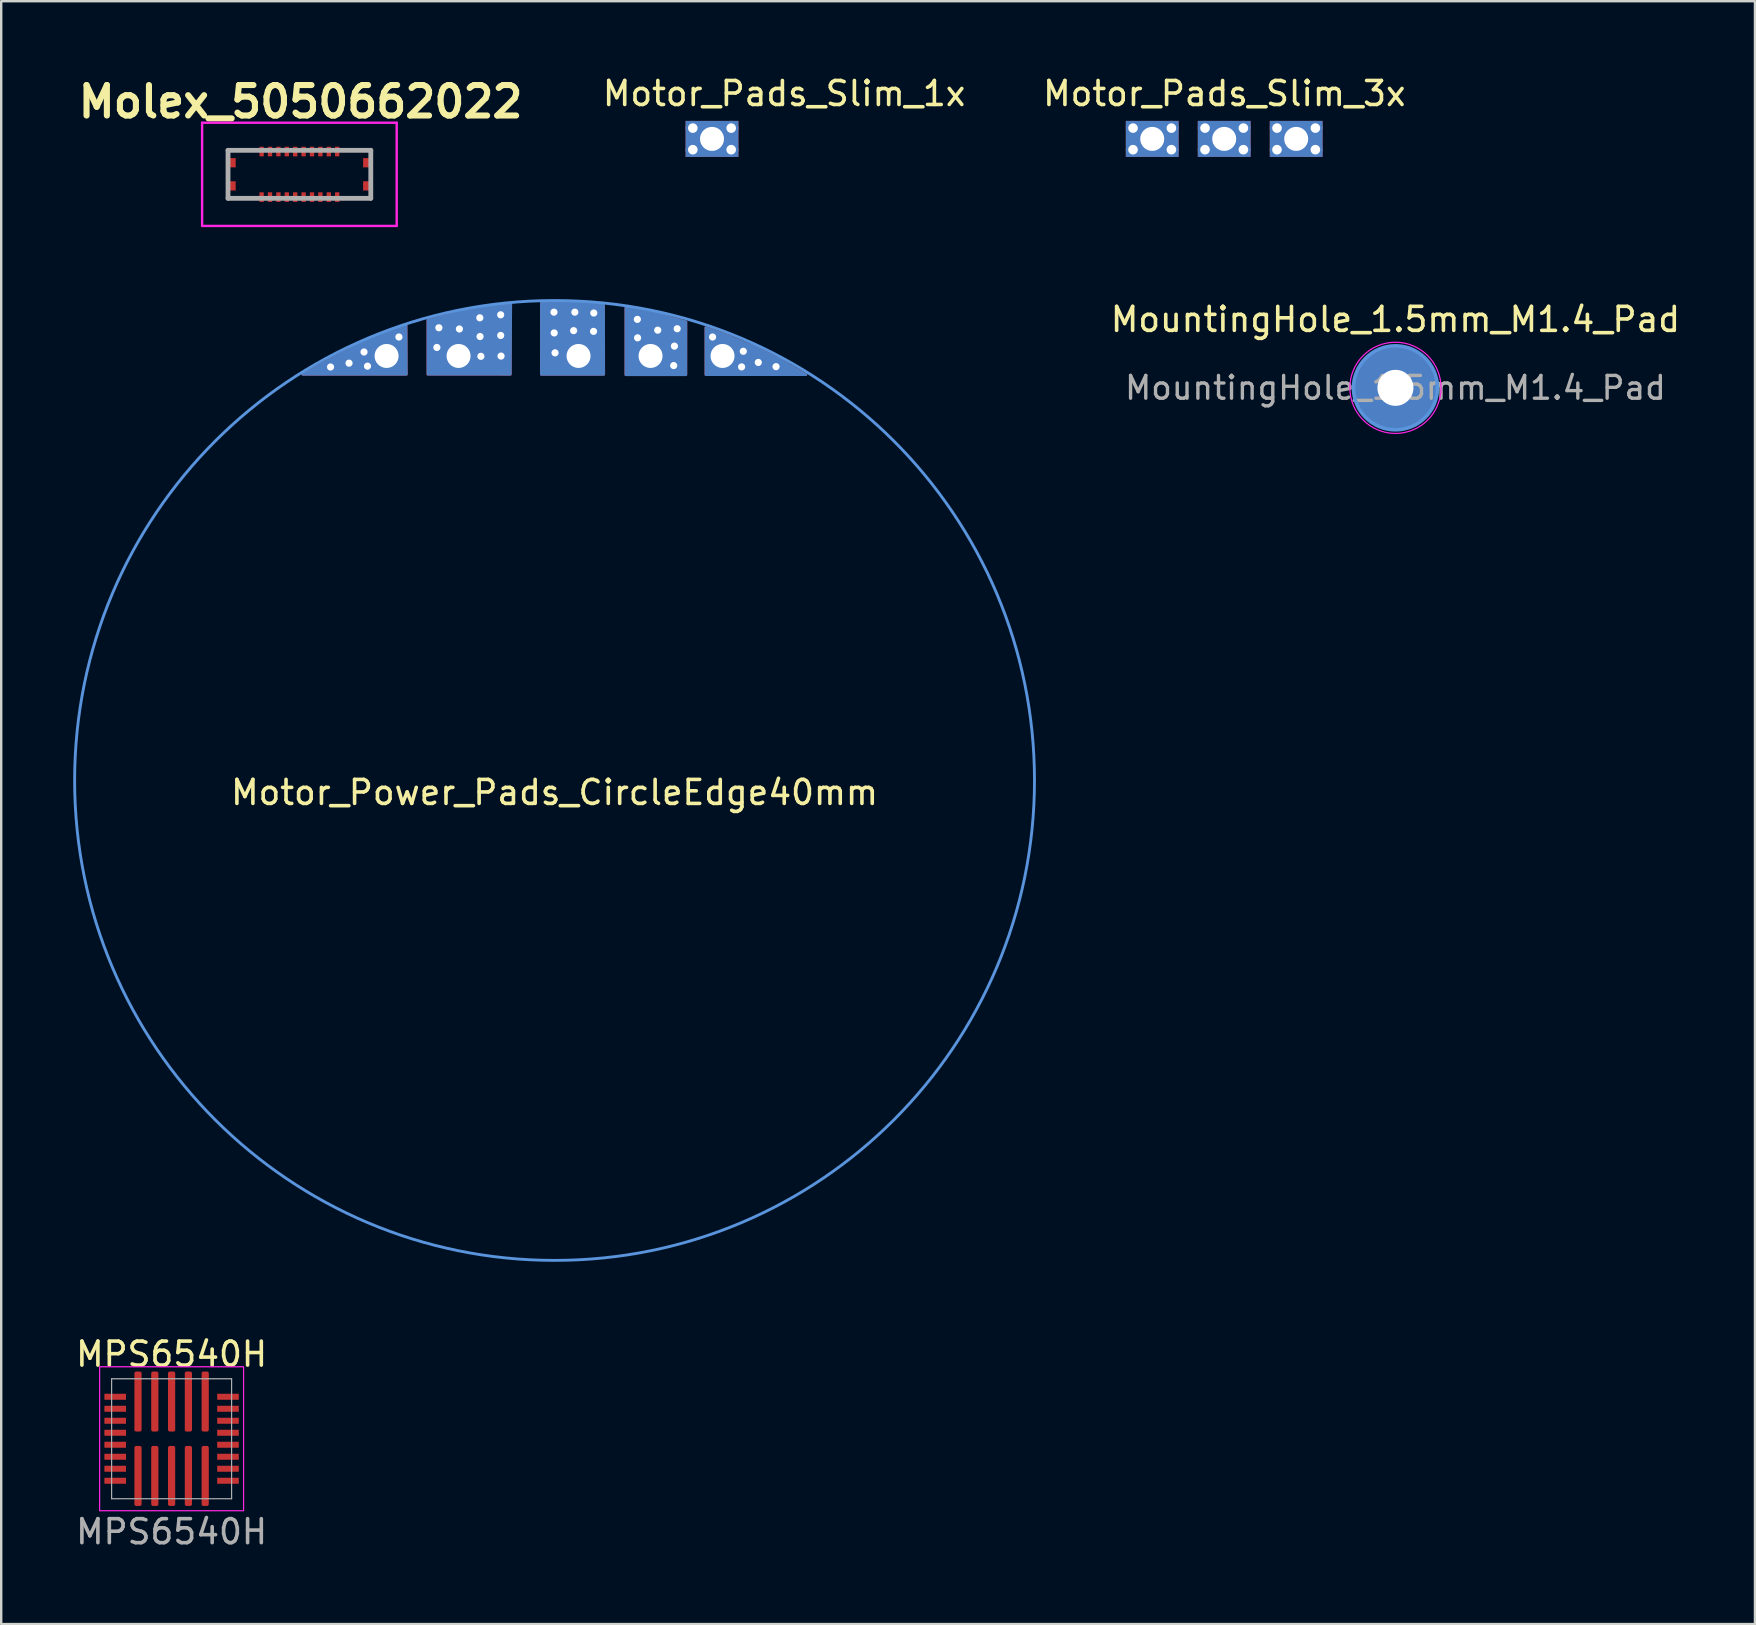
<source format=kicad_pcb>
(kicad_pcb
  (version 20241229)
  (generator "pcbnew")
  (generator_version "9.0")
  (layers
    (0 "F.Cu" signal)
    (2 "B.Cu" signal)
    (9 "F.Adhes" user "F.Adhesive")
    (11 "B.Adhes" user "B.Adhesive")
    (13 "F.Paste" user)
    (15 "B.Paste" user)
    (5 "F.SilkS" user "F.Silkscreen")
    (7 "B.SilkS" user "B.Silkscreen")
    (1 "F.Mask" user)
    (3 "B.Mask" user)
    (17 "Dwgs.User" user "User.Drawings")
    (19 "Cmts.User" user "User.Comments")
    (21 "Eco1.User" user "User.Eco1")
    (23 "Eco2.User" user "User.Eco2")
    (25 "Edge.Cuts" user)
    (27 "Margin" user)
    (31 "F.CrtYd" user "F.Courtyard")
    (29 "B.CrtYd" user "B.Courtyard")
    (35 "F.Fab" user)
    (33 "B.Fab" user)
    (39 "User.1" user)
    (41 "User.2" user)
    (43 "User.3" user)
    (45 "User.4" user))
  (footprint "MountingHole_1.5mm_M1.4_Pad"
    (layer "F.Cu")
    (at 55.102 13.112)
    (property "Reference" "MountingHole_1.5mm_M1.4_Pad" (at 0 -2.85 0) (layer "F.SilkS") (effects (font (size 1 1) (thickness 0.15))))
    (attr exclude_from_pos_files exclude_from_bom)
    (fp_circle (center 0 0) (end 1.75 0) (stroke (width 0.15) (type solid)) (fill no) (layer "Cmts.User"))
    (fp_circle (center 0 0) (end 1.9 0) (stroke (width 0.05) (type solid)) (fill no) (layer "F.CrtYd"))
    (fp_text user "${REFERENCE}" (at 0 0 0) (layer "F.Fab") (effects (font (size 0.95 0.95) (thickness 0.14))))
    (pad "1" thru_hole circle (at 0 0) (size 3.4 3.4) (drill 1.5) (layers "*.Cu" "*.Mask")))
  (footprint "Molex_5050662022"
    (layer "F.Cu")
    (at 9.427 4.214)
    (property "Reference" "Molex_5050662022" (at 0.05 -3.025 0) (layer "F.SilkS") (effects (font (size 1.27 1.27) (thickness 0.254))))
    (attr smd)
    (fp_line (start -2.6 -1) (end -1.8 -1) (stroke (width 0.1) (type solid)) (layer "F.SilkS"))
    (fp_line (start -2.6 1) (end -2 1) (stroke (width 0.1) (type solid)) (layer "F.SilkS"))
    (fp_line (start -2 1) (end -1.8 1) (stroke (width 0.1) (type solid)) (layer "F.SilkS"))
    (fp_line (start 1.8 -1) (end 2.4 -1) (stroke (width 0.1) (type solid)) (layer "F.SilkS"))
    (fp_line (start 1.8 1) (end 2.6 1) (stroke (width 0.1) (type solid)) (layer "F.SilkS"))
    (fp_line (start 2.4 -1) (end 2.6 -1) (stroke (width 0.1) (type solid)) (layer "F.SilkS"))
    (fp_line (start -4.055 -2.15) (end 4.055 -2.15) (stroke (width 0.1) (type solid)) (layer "F.CrtYd"))
    (fp_line (start -4.055 2.15) (end -4.055 -2.15) (stroke (width 0.1) (type solid)) (layer "F.CrtYd"))
    (fp_line (start 4.055 -2.15) (end 4.055 2.15) (stroke (width 0.1) (type solid)) (layer "F.CrtYd"))
    (fp_line (start 4.055 2.15) (end -4.055 2.15) (stroke (width 0.1) (type solid)) (layer "F.CrtYd"))
    (fp_line (start -2.975 -1) (end 2.975 -1) (stroke (width 0.2) (type solid)) (layer "F.Fab"))
    (fp_line (start -2.975 1) (end -2.975 -1) (stroke (width 0.2) (type solid)) (layer "F.Fab"))
    (fp_line (start 2.975 -1) (end 2.975 1) (stroke (width 0.2) (type solid)) (layer "F.Fab"))
    (fp_line (start 2.975 1) (end -2.975 1) (stroke (width 0.2) (type solid)) (layer "F.Fab"))
    (pad "1" smd rect (at -1.575 0.95) (size 0.18 0.4) (layers "F.Cu" "F.Mask" "F.Paste"))
    (pad "2" smd rect (at -1.575 -0.95) (size 0.18 0.4) (layers "F.Cu" "F.Mask" "F.Paste"))
    (pad "3" smd rect (at -1.225 0.95) (size 0.18 0.4) (layers "F.Cu" "F.Mask" "F.Paste"))
    (pad "4" smd rect (at -1.225 -0.95) (size 0.18 0.4) (layers "F.Cu" "F.Mask" "F.Paste"))
    (pad "5" smd rect (at -0.875 0.95) (size 0.18 0.4) (layers "F.Cu" "F.Mask" "F.Paste"))
    (pad "6" smd rect (at -0.875 -0.95) (size 0.18 0.4) (layers "F.Cu" "F.Mask" "F.Paste"))
    (pad "7" smd rect (at -0.525 0.95) (size 0.18 0.4) (layers "F.Cu" "F.Mask" "F.Paste"))
    (pad "8" smd rect (at -0.525 -0.95) (size 0.18 0.4) (layers "F.Cu" "F.Mask" "F.Paste"))
    (pad "9" smd rect (at -0.175 0.95) (size 0.18 0.4) (layers "F.Cu" "F.Mask" "F.Paste"))
    (pad "10" smd rect (at -0.175 -0.95) (size 0.18 0.4) (layers "F.Cu" "F.Mask" "F.Paste"))
    (pad "11" smd rect (at 0.175 0.95) (size 0.18 0.4) (layers "F.Cu" "F.Mask" "F.Paste"))
    (pad "12" smd rect (at 0.175 -0.95) (size 0.18 0.4) (layers "F.Cu" "F.Mask" "F.Paste"))
    (pad "13" smd rect (at 0.525 0.95) (size 0.18 0.4) (layers "F.Cu" "F.Mask" "F.Paste"))
    (pad "14" smd rect (at 0.525 -0.95) (size 0.18 0.4) (layers "F.Cu" "F.Mask" "F.Paste"))
    (pad "15" smd rect (at 0.875 0.95) (size 0.18 0.4) (layers "F.Cu" "F.Mask" "F.Paste"))
    (pad "16" smd rect (at 0.875 -0.95) (size 0.18 0.4) (layers "F.Cu" "F.Mask" "F.Paste"))
    (pad "17" smd rect (at 1.225 0.95) (size 0.18 0.4) (layers "F.Cu" "F.Mask" "F.Paste"))
    (pad "18" smd rect (at 1.225 -0.95) (size 0.18 0.4) (layers "F.Cu" "F.Mask" "F.Paste"))
    (pad "19" smd rect (at 1.575 0.95) (size 0.18 0.4) (layers "F.Cu" "F.Mask" "F.Paste"))
    (pad "20" smd rect (at 1.575 -0.95) (size 0.18 0.4) (layers "F.Cu" "F.Mask" "F.Paste"))
    (pad "MP1" smd rect (at -2.855 -0.482 90) (size 0.385 0.4) (layers "F.Cu" "F.Mask" "F.Paste"))
    (pad "MP2" smd rect (at -2.855 0.482 90) (size 0.385 0.4) (layers "F.Cu" "F.Mask" "F.Paste"))
    (pad "MP3" smd rect (at 2.855 -0.482 90) (size 0.385 0.4) (layers "F.Cu" "F.Mask" "F.Paste"))
    (pad "MP4" smd rect (at 2.855 0.482 90) (size 0.385 0.4) (layers "F.Cu" "F.Mask" "F.Paste")))
  (footprint "Motor_Pads_Slim_3x"
    (layer "F.Cu")
    (at 44.966 2.738)
    (property "Reference" "Motor_Pads_Slim_3x" (at 3.005 -1.89 0) (layer "F.SilkS") (effects (font (size 1 1) (thickness 0.15))))
    (attr through_hole)
    (pad "1" thru_hole circle (at -0.8 -0.45) (size 0.6 0.6) (drill 0.4) (layers "*.Cu" "*.Mask"))
    (pad "1" thru_hole circle (at -0.8 0.45) (size 0.6 0.6) (drill 0.4) (layers "*.Cu" "*.Mask"))
    (pad "1" thru_hole rect (at 0 0) (size 2.2 1.5) (drill 1) (layers "*.Cu" "*.Mask"))
    (pad "1" thru_hole circle (at 0.8 -0.45) (size 0.6 0.6) (drill 0.4) (layers "*.Cu" "*.Mask"))
    (pad "1" thru_hole circle (at 0.8 0.45) (size 0.6 0.6) (drill 0.4) (layers "*.Cu" "*.Mask"))
    (pad "2" thru_hole circle (at 2.2 -0.45) (size 0.6 0.6) (drill 0.4) (layers "*.Cu" "*.Mask"))
    (pad "2" thru_hole circle (at 2.2 0.45) (size 0.6 0.6) (drill 0.4) (layers "*.Cu" "*.Mask"))
    (pad "2" thru_hole rect (at 3 0) (size 2.2 1.5) (drill 1) (layers "*.Cu" "*.Mask"))
    (pad "2" thru_hole circle (at 3.8 -0.45) (size 0.6 0.6) (drill 0.4) (layers "*.Cu" "*.Mask"))
    (pad "2" thru_hole circle (at 3.8 0.45) (size 0.6 0.6) (drill 0.4) (layers "*.Cu" "*.Mask"))
    (pad "3" thru_hole circle (at 5.2 -0.45) (size 0.6 0.6) (drill 0.4) (layers "*.Cu" "*.Mask"))
    (pad "3" thru_hole circle (at 5.2 0.45) (size 0.6 0.6) (drill 0.4) (layers "*.Cu" "*.Mask"))
    (pad "3" thru_hole rect (at 6 0) (size 2.2 1.5) (drill 1) (layers "*.Cu" "*.Mask"))
    (pad "3" thru_hole circle (at 6.8 -0.45) (size 0.6 0.6) (drill 0.4) (layers "*.Cu" "*.Mask"))
    (pad "3" thru_hole circle (at 6.8 0.45) (size 0.6 0.6) (drill 0.4) (layers "*.Cu" "*.Mask")))
  (footprint "MPS6540H"
    (layer "F.Cu")
    (at 4.101 56.907)
    (property "Reference" "MPS6540H" (at 0 -3.525 0) (unlocked yes) (layer "F.SilkS") (effects (font (size 1 1) (thickness 0.15))))
    (attr smd)
    (fp_rect (start -3 -3) (end 3 3) (stroke (width 0.05) (type solid)) (fill no) (layer "F.CrtYd"))
    (fp_line (start -2.5 -2.5) (end 2.5 -2.5) (stroke (width 0.05) (type solid)) (layer "F.Fab"))
    (fp_line (start -2.5 2.5) (end -2.5 -2.5) (stroke (width 0.05) (type solid)) (layer "F.Fab"))
    (fp_line (start -2.5 2.5) (end 2.5 2.5) (stroke (width 0.05) (type solid)) (layer "F.Fab"))
    (fp_line (start 2.5 -2.5) (end 2.5 2.5) (stroke (width 0.05) (type solid)) (layer "F.Fab"))
    (fp_text user "${REFERENCE}" (at 0 3.875 0) (unlocked yes) (layer "F.Fab") (effects (font (size 1 1) (thickness 0.15))))
    (pad "1" smd rect (at -2.35 -1.75) (size 0.9 0.25) (layers "F.Cu" "F.Mask" "F.Paste"))
    (pad "2" smd rect (at -2.35 -1.25) (size 0.9 0.25) (layers "F.Cu" "F.Mask" "F.Paste"))
    (pad "3" smd rect (at -2.35 -0.75) (size 0.9 0.25) (layers "F.Cu" "F.Mask" "F.Paste"))
    (pad "4" smd rect (at -2.35 -0.25) (size 0.9 0.25) (layers "F.Cu" "F.Mask" "F.Paste"))
    (pad "5" smd rect (at -2.35 0.25) (size 0.9 0.25) (layers "F.Cu" "F.Mask" "F.Paste"))
    (pad "6" smd rect (at -2.35 0.75) (size 0.9 0.25) (layers "F.Cu" "F.Mask" "F.Paste"))
    (pad "7" smd rect (at -2.35 1.25) (size 0.9 0.25) (layers "F.Cu" "F.Mask" "F.Paste"))
    (pad "8" smd rect (at -2.35 1.75) (size 0.9 0.25) (layers "F.Cu" "F.Mask" "F.Paste"))
    (pad "9" smd roundrect (at -1.4 1.55) (size 0.3 2.5) (layers "F.Cu" "F.Mask" "F.Paste") (roundrect_rratio 0.25))
    (pad "10" smd roundrect (at -0.7 1.55) (size 0.3 2.5) (layers "F.Cu" "F.Mask" "F.Paste") (roundrect_rratio 0.25))
    (pad "11" smd roundrect (at 0 1.55) (size 0.3 2.5) (layers "F.Cu" "F.Mask" "F.Paste") (roundrect_rratio 0.25))
    (pad "12" smd roundrect (at 0.7 1.55) (size 0.3 2.5) (layers "F.Cu" "F.Mask" "F.Paste") (roundrect_rratio 0.25))
    (pad "13" smd roundrect (at 1.4 1.55) (size 0.3 2.5) (layers "F.Cu" "F.Mask" "F.Paste") (roundrect_rratio 0.25))
    (pad "14" smd rect (at 2.35 1.75) (size 0.9 0.25) (layers "F.Cu" "F.Mask" "F.Paste"))
    (pad "15" smd rect (at 2.35 1.25) (size 0.9 0.25) (layers "F.Cu" "F.Mask" "F.Paste"))
    (pad "16" smd rect (at 2.35 0.75) (size 0.9 0.25) (layers "F.Cu" "F.Mask" "F.Paste"))
    (pad "17" smd rect (at 2.35 0.25) (size 0.9 0.25) (layers "F.Cu" "F.Mask" "F.Paste"))
    (pad "18" smd rect (at 2.35 -0.25) (size 0.9 0.25) (layers "F.Cu" "F.Mask" "F.Paste"))
    (pad "19" smd rect (at 2.35 -0.75) (size 0.9 0.25) (layers "F.Cu" "F.Mask" "F.Paste"))
    (pad "20" smd rect (at 2.35 -1.25) (size 0.9 0.25) (layers "F.Cu" "F.Mask" "F.Paste"))
    (pad "21" smd rect (at 2.35 -1.75) (size 0.9 0.25) (layers "F.Cu" "F.Mask" "F.Paste"))
    (pad "22" smd roundrect (at 1.4 -1.55) (size 0.3 2.5) (layers "F.Cu" "F.Mask" "F.Paste") (roundrect_rratio 0.25))
    (pad "23" smd roundrect (at 0.7 -1.55) (size 0.3 2.5) (layers "F.Cu" "F.Mask" "F.Paste") (roundrect_rratio 0.25))
    (pad "24" smd roundrect (at 0 -1.55) (size 0.3 2.5) (layers "F.Cu" "F.Mask" "F.Paste") (roundrect_rratio 0.25))
    (pad "25" smd roundrect (at -0.7 -1.55) (size 0.3 2.5) (layers "F.Cu" "F.Mask" "F.Paste") (roundrect_rratio 0.25))
    (pad "26" smd roundrect (at -1.4 -1.55) (size 0.3 2.5) (layers "F.Cu" "F.Mask" "F.Paste") (roundrect_rratio 0.25)))
  (footprint "Motor_Power_Pads_CircleEdge40mm"
    (layer "F.Cu")
    (at 20.06 29.474)
    (property "Reference" "Motor_Power_Pads_CircleEdge40mm" (at 0 0.5 0) (layer "F.SilkS") (effects (font (size 1 1) (thickness 0.15))))
    (attr exclude_from_pos_files exclude_from_bom)
    (fp_circle (center 0 0) (end 20 0) (stroke (width 0.12) (type solid)) (fill no) (layer "Cmts.User"))
    (pad "1" thru_hole circle (at -9.335 -17.23) (size 0.6 0.6) (drill 0.3) (layers "*.Cu" "*.Mask"))
    (pad "1" thru_hole circle (at -8.565 -17.39) (size 0.6 0.6) (drill 0.3) (layers "*.Cu" "*.Mask"))
    (pad "1" thru_hole circle (at -7.94 -17.855) (size 0.6 0.6) (drill 0.3) (layers "*.Cu" "*.Mask"))
    (pad "1" thru_hole circle (at -7.795 -17.265) (size 0.6 0.6) (drill 0.3) (layers "*.Cu" "*.Mask"))
    (pad "1" thru_hole custom (at -7 -17.69) (size 1.5 1.5) (drill 1) (layers "*.Cu" "*.Mask") (options (anchor circle)) (primitives (gr_poly (pts (xy 0.83 0.77) (xy -3.5 0.77) (xy -2.275 0.08) (xy -0.755 -0.685) (xy 0.82 -1.26)) (width 0.1) (fill yes))))
    (pad "1" thru_hole circle (at -6.485 -18.48) (size 0.6 0.6) (drill 0.3) (layers "*.Cu" "*.Mask"))
    (pad "2" thru_hole circle (at -4.905 -18.045) (size 0.6 0.6) (drill 0.3) (layers "*.Cu" "*.Mask"))
    (pad "2" thru_hole circle (at -4.82 -18.865) (size 0.6 0.6) (drill 0.3) (layers "*.Cu" "*.Mask"))
    (pad "2" thru_hole custom (at -4 -17.69) (size 1.5 1.5) (drill 1) (layers "*.Cu" "*.Mask") (options (anchor circle)) (primitives (gr_poly (pts (xy 2.163 0.77) (xy -1.285 0.767) (xy -1.285 -1.5) (xy 0 -1.825) (xy 1.084 -2.035) (xy 2.18 -2.165)) (width 0.1) (fill yes))))
    (pad "2" thru_hole circle (at -3.965 -18.815) (size 0.6 0.6) (drill 0.3) (layers "*.Cu" "*.Mask"))
    (pad "2" thru_hole circle (at -3.115 -19.28) (size 0.6 0.6) (drill 0.3) (layers "*.Cu" "*.Mask"))
    (pad "2" thru_hole circle (at -3.105 -18.5) (size 0.6 0.6) (drill 0.3) (layers "*.Cu" "*.Mask"))
    (pad "2" thru_hole circle (at -3.07 -17.675) (size 0.6 0.6) (drill 0.3) (layers "*.Cu" "*.Mask"))
    (pad "2" thru_hole circle (at -2.245 -19.405) (size 0.6 0.6) (drill 0.3) (layers "*.Cu" "*.Mask"))
    (pad "2" thru_hole circle (at -2.245 -18.545) (size 0.6 0.6) (drill 0.3) (layers "*.Cu" "*.Mask"))
    (pad "2" thru_hole circle (at -2.23 -17.685) (size 0.6 0.6) (drill 0.3) (layers "*.Cu" "*.Mask"))
    (pad "3" thru_hole circle (at -0.025 -19.515) (size 0.6 0.6) (drill 0.3) (layers "*.Cu" "*.Mask"))
    (pad "3" thru_hole circle (at -0.015 -18.65) (size 0.6 0.6) (drill 0.3) (layers "*.Cu" "*.Mask"))
    (pad "3" thru_hole circle (at 0.02 -17.82) (size 0.6 0.6) (drill 0.3) (layers "*.Cu" "*.Mask"))
    (pad "3" thru_hole circle (at 0.795 -18.745) (size 0.6 0.6) (drill 0.3) (layers "*.Cu" "*.Mask"))
    (pad "3" thru_hole circle (at 0.845 -19.515) (size 0.6 0.6) (drill 0.3) (layers "*.Cu" "*.Mask"))
    (pad "3" thru_hole custom (at 1 -17.69) (size 1.5 1.5) (drill 1) (layers "*.Cu" "*.Mask") (options (anchor circle)) (primitives (gr_poly (pts (xy 1.05 -2.12) (xy 1.055 0.773) (xy -1.556 0.775) (xy -1.555 -2.225) (xy -0.295 -2.235)) (width 0.1) (fill yes))))
    (pad "3" thru_hole circle (at 1.625 -18.715) (size 0.6 0.6) (drill 0.3) (layers "*.Cu" "*.Mask"))
    (pad "3" thru_hole circle (at 1.635 -19.48) (size 0.6 0.6) (drill 0.3) (layers "*.Cu" "*.Mask"))
    (pad "4" thru_hole circle (at 3.45 -19.215) (size 0.6 0.6) (drill 0.3) (layers "*.Cu" "*.Mask"))
    (pad "4" thru_hole circle (at 3.46 -18.445) (size 0.6 0.6) (drill 0.3) (layers "*.Cu" "*.Mask"))
    (pad "4" thru_hole custom (at 4 -17.69) (size 1.5 1.5) (drill 1) (layers "*.Cu" "*.Mask") (options (anchor circle)) (primitives (gr_poly (pts (xy 0.235 -1.78) (xy 1.48 -1.425) (xy 1.478 0.789) (xy -1.035 0.787) (xy -1.035 -2.007)) (width 0.1) (fill yes))))
    (pad "4" thru_hole circle (at 4.3 -18.765) (size 0.6 0.6) (drill 0.3) (layers "*.Cu" "*.Mask"))
    (pad "4" thru_hole circle (at 4.965 -17.29) (size 0.6 0.6) (drill 0.3) (layers "*.Cu" "*.Mask"))
    (pad "4" thru_hole circle (at 4.995 -18.1) (size 0.6 0.6) (drill 0.3) (layers "*.Cu" "*.Mask"))
    (pad "4" thru_hole circle (at 5.11 -18.825) (size 0.6 0.6) (drill 0.3) (layers "*.Cu" "*.Mask"))
    (pad "5" thru_hole circle (at 6.585 -18.48) (size 0.6 0.6) (drill 0.3) (layers "*.Cu" "*.Mask"))
    (pad "5" thru_hole custom (at 7 -17.69) (size 1.4 1.4) (drill 1) (layers "*.Cu" "*.Mask") (options (anchor circle)) (primitives (gr_poly (pts (xy 0.175 -0.865) (xy 1.355 -0.375) (xy 2.45 0.175) (xy 3.482 0.785) (xy -0.7 0.785) (xy -0.7 -1.185)) (width 0.1) (fill yes))))
    (pad "5" thru_hole circle (at 7.795 -17.235) (size 0.6 0.6) (drill 0.3) (layers "*.Cu" "*.Mask"))
    (pad "5" thru_hole circle (at 7.865 -17.885) (size 0.6 0.6) (drill 0.3) (layers "*.Cu" "*.Mask"))
    (pad "5" thru_hole circle (at 8.49 -17.42) (size 0.6 0.6) (drill 0.3) (layers "*.Cu" "*.Mask"))
    (pad "5" thru_hole circle (at 9.23 -17.245) (size 0.6 0.6) (drill 0.3) (layers "*.Cu" "*.Mask")))
  (footprint "Motor_Pads_Slim_1x"
    (layer "F.Cu")
    (at 26.621 2.738)
    (property "Reference" "Motor_Pads_Slim_1x" (at 3.005 -1.89 0) (layer "F.SilkS") (effects (font (size 1 1) (thickness 0.15))))
    (attr through_hole)
    (pad "1" thru_hole circle (at -0.8 -0.45) (size 0.6 0.6) (drill 0.4) (layers "*.Cu" "*.Mask"))
    (pad "1" thru_hole circle (at -0.8 0.45) (size 0.6 0.6) (drill 0.4) (layers "*.Cu" "*.Mask"))
    (pad "1" thru_hole rect (at 0 0) (size 2.2 1.5) (drill 1) (layers "*.Cu" "*.Mask"))
    (pad "1" thru_hole circle (at 0.8 -0.45) (size 0.6 0.6) (drill 0.4) (layers "*.Cu" "*.Mask"))
    (pad "1" thru_hole circle (at 0.8 0.45) (size 0.6 0.6) (drill 0.4) (layers "*.Cu" "*.Mask")))
  (gr_rect
    (start -3 -3)
    (end 70.084 64.63)
    (stroke (width 0.1) (type default))
    (fill no)
    (layer "Edge.Cuts")))
</source>
